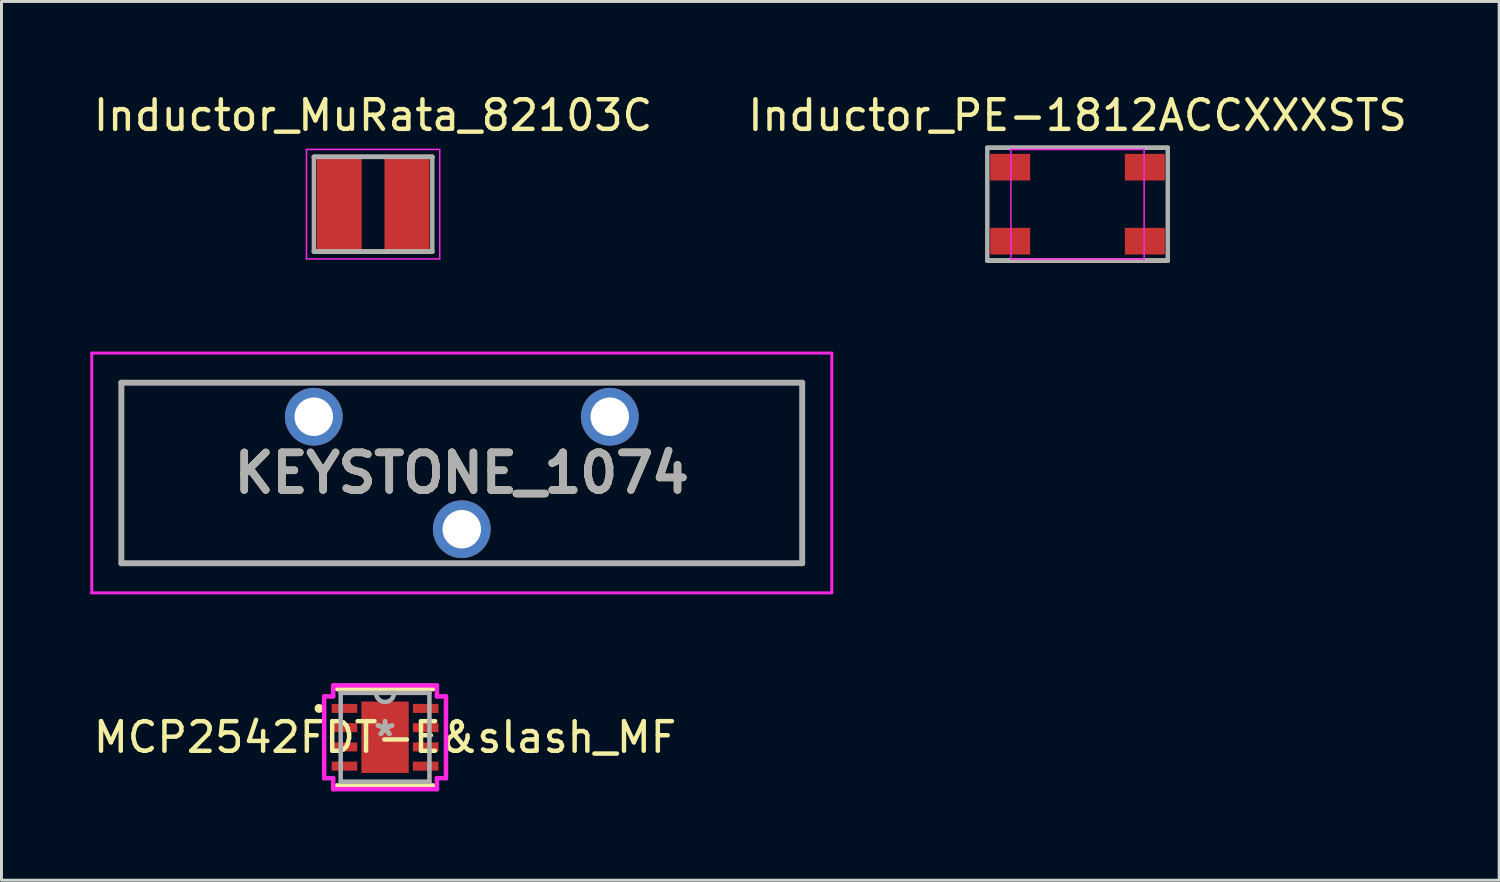
<source format=kicad_pcb>
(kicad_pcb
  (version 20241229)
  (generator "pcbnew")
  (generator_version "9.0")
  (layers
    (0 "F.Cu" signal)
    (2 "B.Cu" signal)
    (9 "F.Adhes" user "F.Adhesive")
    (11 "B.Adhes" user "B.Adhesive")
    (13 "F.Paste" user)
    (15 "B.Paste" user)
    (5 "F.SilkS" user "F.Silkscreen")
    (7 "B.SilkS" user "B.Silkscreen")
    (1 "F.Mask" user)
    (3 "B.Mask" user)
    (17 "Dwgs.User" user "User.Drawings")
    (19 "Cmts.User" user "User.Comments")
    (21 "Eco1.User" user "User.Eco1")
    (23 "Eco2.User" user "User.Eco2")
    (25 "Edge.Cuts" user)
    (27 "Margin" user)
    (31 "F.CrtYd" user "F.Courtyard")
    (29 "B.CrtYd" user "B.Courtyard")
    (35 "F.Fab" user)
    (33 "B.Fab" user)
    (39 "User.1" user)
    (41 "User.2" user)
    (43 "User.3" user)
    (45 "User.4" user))
  (footprint "Inductor_PE-1812ACCXXXSTS"
    (layer "F.Cu")
    (at 33.351 3.848)
    (property "Reference" "Inductor_PE-1812ACCXXXSTS" (at 0 -3 0) (layer "F.SilkS") (effects (font (size 1 1) (thickness 0.15))))
    (attr smd)
    (fp_line (start -3.048 -1.905) (end 3.048 -1.905) (stroke (width 0.15) (type solid)) (layer "F.SilkS"))
    (fp_line (start -3.048 1.905) (end 3.048 1.905) (stroke (width 0.15) (type solid)) (layer "F.SilkS"))
    (fp_line (start -2.25 -1.85) (end -2.25 1.85) (stroke (width 0.05) (type solid)) (layer "F.CrtYd"))
    (fp_line (start -2.25 1.85) (end 2.25 1.85) (stroke (width 0.05) (type solid)) (layer "F.CrtYd"))
    (fp_line (start 2.25 -1.85) (end -2.25 -1.85) (stroke (width 0.05) (type solid)) (layer "F.CrtYd"))
    (fp_line (start 2.25 1.85) (end 2.25 -1.85) (stroke (width 0.05) (type solid)) (layer "F.CrtYd"))
    (fp_line (start -3.048 -1.905) (end -3.048 1.905) (stroke (width 0.15) (type solid)) (layer "F.Fab"))
    (fp_line (start -3.048 1.905) (end 3.048 1.905) (stroke (width 0.15) (type solid)) (layer "F.Fab"))
    (fp_line (start 3.048 -1.905) (end -3.048 -1.905) (stroke (width 0.15) (type solid)) (layer "F.Fab"))
    (fp_line (start 3.048 1.905) (end 3.048 -1.905) (stroke (width 0.15) (type solid)) (layer "F.Fab"))
    (pad "1" smd rect (at -2.275 1.25) (size 1.35 0.9) (layers "F.Cu" "F.Mask" "F.Paste"))
    (pad "2" smd rect (at -2.275 -1.25) (size 1.35 0.9) (layers "F.Cu" "F.Mask" "F.Paste"))
    (pad "3" smd rect (at 2.275 -1.25) (size 1.35 0.9) (layers "F.Cu" "F.Mask" "F.Paste"))
    (pad "4" smd rect (at 2.275 1.25) (size 1.35 0.9) (layers "F.Cu" "F.Mask" "F.Paste")))
  (footprint "MCP2542FDT-E&slash_MF"
    (layer "F.Cu")
    (at 9.958 21.857)
    (property "Reference" "MCP2542FDT-E&slash_MF" (at 0 0 0) (layer "F.SilkS") (effects (font (size 1 1) (thickness 0.15))))
    (attr through_hole)
    (fp_line (start -1.626 1.626) (end 1.626 1.626) (stroke (width 0.152) (type solid)) (layer "F.SilkS"))
    (fp_line (start 1.626 -1.626) (end -1.626 -1.626) (stroke (width 0.152) (type solid)) (layer "F.SilkS"))
    (fp_circle (center -2.23 -0.975) (end -2.154 -0.975) (stroke (width 0.152) (type solid)) (fill no) (layer "F.SilkS"))
    (fp_line (start -2.057 -1.381) (end -1.753 -1.381) (stroke (width 0.152) (type solid)) (layer "F.CrtYd"))
    (fp_line (start -2.057 1.381) (end -2.057 -1.381) (stroke (width 0.152) (type solid)) (layer "F.CrtYd"))
    (fp_line (start -1.753 -1.753) (end 1.753 -1.753) (stroke (width 0.152) (type solid)) (layer "F.CrtYd"))
    (fp_line (start -1.753 -1.381) (end -1.753 -1.753) (stroke (width 0.152) (type solid)) (layer "F.CrtYd"))
    (fp_line (start -1.753 1.381) (end -2.057 1.381) (stroke (width 0.152) (type solid)) (layer "F.CrtYd"))
    (fp_line (start -1.753 1.753) (end -1.753 1.381) (stroke (width 0.152) (type solid)) (layer "F.CrtYd"))
    (fp_line (start 1.753 -1.753) (end 1.753 -1.381) (stroke (width 0.152) (type solid)) (layer "F.CrtYd"))
    (fp_line (start 1.753 -1.381) (end 2.057 -1.381) (stroke (width 0.152) (type solid)) (layer "F.CrtYd"))
    (fp_line (start 1.753 1.381) (end 1.753 1.753) (stroke (width 0.152) (type solid)) (layer "F.CrtYd"))
    (fp_line (start 1.753 1.753) (end -1.753 1.753) (stroke (width 0.152) (type solid)) (layer "F.CrtYd"))
    (fp_line (start 2.057 -1.381) (end 2.057 1.381) (stroke (width 0.152) (type solid)) (layer "F.CrtYd"))
    (fp_line (start 2.057 1.381) (end 1.753 1.381) (stroke (width 0.152) (type solid)) (layer "F.CrtYd"))
    (fp_line (start -1.499 -1.499) (end -1.499 1.499) (stroke (width 0.152) (type solid)) (layer "F.Fab"))
    (fp_line (start -1.499 1.499) (end 1.499 1.499) (stroke (width 0.152) (type solid)) (layer "F.Fab"))
    (fp_line (start 1.499 -1.499) (end -1.499 -1.499) (stroke (width 0.152) (type solid)) (layer "F.Fab"))
    (fp_line (start 1.499 1.499) (end 1.499 -1.499) (stroke (width 0.152) (type solid)) (layer "F.Fab"))
    (fp_arc (start 0.3048 -1.4986) (mid 0 -1.1938) (end -0.3048 -1.4986) (stroke (width 0.1524) (type solid)) (layer "F.Fab"))
    (fp_text user "*" (at 0 0 0) (layer "F.SilkS") (effects (font (size 1 1) (thickness 0.15))))
    (fp_text user "Copyright 2016 Accelerated Designs. All rights reserved." (at 0 0 0) (layer "Cmts.User") (effects (font (size 0.127 0.127) (thickness 0.002))))
    (fp_text user "*" (at 0 0 0) (layer "F.Fab") (effects (font (size 1 1) (thickness 0.15))))
    (pad "1" smd rect (at -1.372 -0.975) (size 0.864 0.305) (layers "F.Cu" "F.Mask" "F.Paste"))
    (pad "2" smd rect (at -1.372 -0.325) (size 0.864 0.305) (layers "F.Cu" "F.Mask" "F.Paste"))
    (pad "3" smd rect (at -1.372 0.325) (size 0.864 0.305) (layers "F.Cu" "F.Mask" "F.Paste"))
    (pad "4" smd rect (at -1.372 0.975) (size 0.864 0.305) (layers "F.Cu" "F.Mask" "F.Paste"))
    (pad "5" smd rect (at 1.372 0.975) (size 0.864 0.305) (layers "F.Cu" "F.Mask" "F.Paste"))
    (pad "6" smd rect (at 1.372 0.325) (size 0.864 0.305) (layers "F.Cu" "F.Mask" "F.Paste"))
    (pad "7" smd rect (at 1.372 -0.325) (size 0.864 0.305) (layers "F.Cu" "F.Mask" "F.Paste"))
    (pad "8" smd rect (at 1.372 -0.975) (size 0.864 0.305) (layers "F.Cu" "F.Mask" "F.Paste"))
    (pad "9" smd rect (at 0 0) (size 1.6 2.413) (layers "F.Cu" "F.Mask" "F.Paste")))
  (footprint "Inductor_MuRata_82103C"
    (layer "F.Cu")
    (at 9.554 3.848)
    (property "Reference" "Inductor_MuRata_82103C" (at 0 -3 0) (layer "F.SilkS") (effects (font (size 1 1) (thickness 0.15))))
    (attr smd)
    (fp_line (start -2 -1.6) (end 2 -1.6) (stroke (width 0.15) (type solid)) (layer "F.SilkS"))
    (fp_line (start -2 1.6) (end 2 1.6) (stroke (width 0.15) (type solid)) (layer "F.SilkS"))
    (fp_line (start -2.25 -1.85) (end -2.25 1.85) (stroke (width 0.05) (type solid)) (layer "F.CrtYd"))
    (fp_line (start -2.25 1.85) (end 2.25 1.85) (stroke (width 0.05) (type solid)) (layer "F.CrtYd"))
    (fp_line (start 2.25 -1.85) (end -2.25 -1.85) (stroke (width 0.05) (type solid)) (layer "F.CrtYd"))
    (fp_line (start 2.25 1.85) (end 2.25 -1.85) (stroke (width 0.05) (type solid)) (layer "F.CrtYd"))
    (fp_line (start -2 -1.6) (end -2 1.6) (stroke (width 0.15) (type solid)) (layer "F.Fab"))
    (fp_line (start -2 1.6) (end 2 1.6) (stroke (width 0.15) (type solid)) (layer "F.Fab"))
    (fp_line (start 2 -1.6) (end -2 -1.6) (stroke (width 0.15) (type solid)) (layer "F.Fab"))
    (fp_line (start 2 1.6) (end 2 -1.6) (stroke (width 0.15) (type solid)) (layer "F.Fab"))
    (pad "1" smd rect (at -1.145 0) (size 1.52 3.05) (layers "F.Cu" "F.Mask" "F.Paste"))
    (pad "2" smd rect (at 1.145 0) (size 1.52 3.05) (layers "F.Cu" "F.Mask" "F.Paste")))
  (footprint "KEYSTONE_1074"
    (layer "F.Cu")
    (at 7.55 11.028)
    (property "Reference" "KEYSTONE_1074" (at 5 1.9 0) (layer "F.SilkS") (effects (font (size 1.27 1.27) (thickness 0.254))))
    (attr through_hole)
    (fp_line (start -6.5 -1.15) (end 16.5 -1.15) (stroke (width 0.1) (type solid)) (layer "F.SilkS"))
    (fp_line (start -6.5 4.95) (end -6.5 -1.15) (stroke (width 0.1) (type solid)) (layer "F.SilkS"))
    (fp_line (start 16.5 -1.15) (end 16.5 4.95) (stroke (width 0.1) (type solid)) (layer "F.SilkS"))
    (fp_line (start 16.5 4.95) (end -6.5 4.95) (stroke (width 0.1) (type solid)) (layer "F.SilkS"))
    (fp_line (start -7.5 -2.15) (end 17.5 -2.15) (stroke (width 0.1) (type solid)) (layer "F.CrtYd"))
    (fp_line (start -7.5 5.95) (end -7.5 -2.15) (stroke (width 0.1) (type solid)) (layer "F.CrtYd"))
    (fp_line (start 17.5 -2.15) (end 17.5 5.95) (stroke (width 0.1) (type solid)) (layer "F.CrtYd"))
    (fp_line (start 17.5 5.95) (end -7.5 5.95) (stroke (width 0.1) (type solid)) (layer "F.CrtYd"))
    (fp_line (start -6.5 -1.15) (end 16.5 -1.15) (stroke (width 0.2) (type solid)) (layer "F.Fab"))
    (fp_line (start -6.5 4.95) (end -6.5 -1.15) (stroke (width 0.2) (type solid)) (layer "F.Fab"))
    (fp_line (start 16.5 -1.15) (end 16.5 4.95) (stroke (width 0.2) (type solid)) (layer "F.Fab"))
    (fp_line (start 16.5 4.95) (end -6.5 4.95) (stroke (width 0.2) (type solid)) (layer "F.Fab"))
    (fp_text user "${REFERENCE}" (at 5 1.9 0) (layer "F.Fab") (effects (font (size 1.27 1.27) (thickness 0.254))))
    (pad "1" thru_hole circle (at 0 0) (size 1.95 1.95) (drill 1.3) (layers "*.Cu" "*.Mask"))
    (pad "1" thru_hole circle (at 10 0) (size 1.95 1.95) (drill 1.3) (layers "*.Cu" "*.Mask"))
    (pad "2" thru_hole circle (at 5 3.8) (size 1.95 1.95) (drill 1.3) (layers "*.Cu" "*.Mask")))
  (gr_rect
    (start -3 -3)
    (end 47.595 26.686)
    (stroke (width 0.1) (type default))
    (fill no)
    (layer "Edge.Cuts")))
</source>
